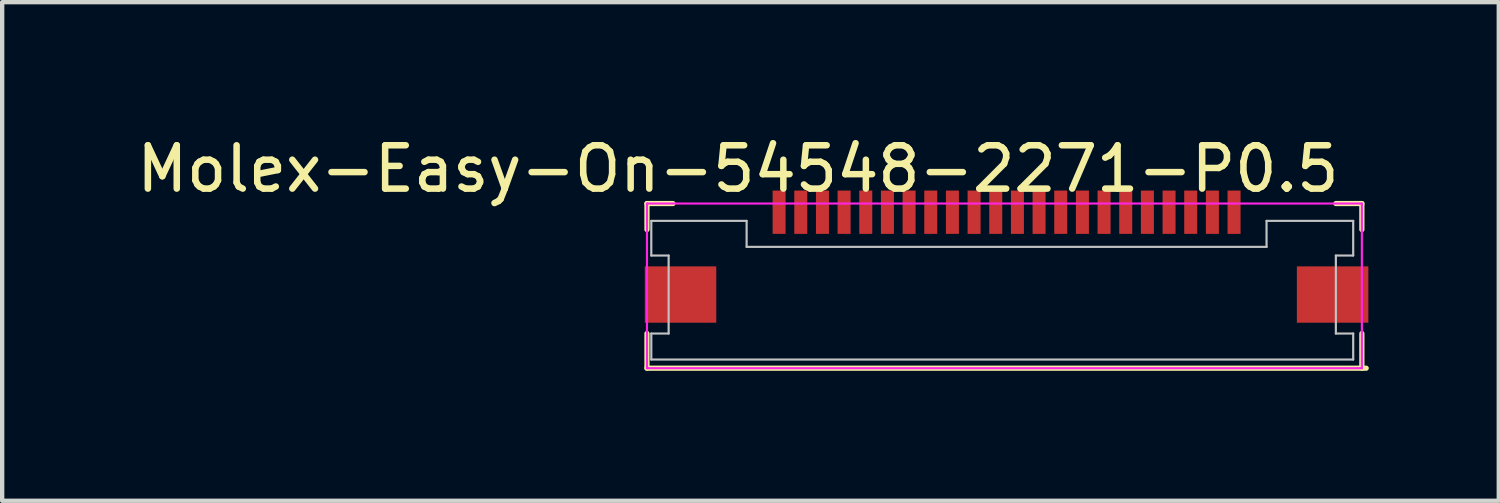
<source format=kicad_pcb>
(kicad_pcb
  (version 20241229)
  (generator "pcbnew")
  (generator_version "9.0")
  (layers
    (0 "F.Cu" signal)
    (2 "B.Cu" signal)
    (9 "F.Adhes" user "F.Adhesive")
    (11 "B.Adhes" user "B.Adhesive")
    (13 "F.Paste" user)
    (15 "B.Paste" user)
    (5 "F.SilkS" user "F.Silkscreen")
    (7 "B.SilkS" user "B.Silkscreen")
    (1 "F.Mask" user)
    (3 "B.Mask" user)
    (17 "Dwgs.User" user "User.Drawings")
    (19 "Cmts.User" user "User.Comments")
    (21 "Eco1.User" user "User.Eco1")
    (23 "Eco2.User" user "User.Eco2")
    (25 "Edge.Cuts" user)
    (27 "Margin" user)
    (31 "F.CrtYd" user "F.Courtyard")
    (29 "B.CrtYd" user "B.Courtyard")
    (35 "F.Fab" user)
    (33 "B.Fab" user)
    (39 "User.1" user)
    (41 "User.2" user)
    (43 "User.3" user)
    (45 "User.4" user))
  (footprint "Molex-Easy-On-54548-2271-P0.5"
    (layer "F.Cu")
    (at 20.182 1.848)
    (property "Reference" "Molex-Easy-On-54548-2271-P0.5" (at -6.2 -1 0) (layer "F.SilkS") (effects (font (size 1 1) (thickness 0.15))))
    (attr through_hole)
    (fp_line (start -8.3 -0.2) (end -8.3 0.4) (stroke (width 0.12) (type solid)) (layer "F.SilkS"))
    (fp_line (start -8.3 2.8) (end -8.3 3.6) (stroke (width 0.12) (type solid)) (layer "F.SilkS"))
    (fp_line (start -8.3 3.6) (end 8.3 3.6) (stroke (width 0.12) (type solid)) (layer "F.SilkS"))
    (fp_line (start -7.7 -0.2) (end -8.3 -0.2) (stroke (width 0.12) (type solid)) (layer "F.SilkS"))
    (fp_line (start 8.2 -0.2) (end 7.6 -0.2) (stroke (width 0.12) (type solid)) (layer "F.SilkS"))
    (fp_line (start 8.2 0.4) (end 8.2 -0.2) (stroke (width 0.12) (type solid)) (layer "F.SilkS"))
    (fp_line (start 8.2 3.6) (end 8.2 2.8) (stroke (width 0.12) (type solid)) (layer "F.SilkS"))
    (fp_line (start -8.2 0.2) (end -6 0.2) (stroke (width 0.05) (type solid)) (layer "Dwgs.User"))
    (fp_line (start -8.2 1) (end -8.2 0.2) (stroke (width 0.05) (type solid)) (layer "Dwgs.User"))
    (fp_line (start -8.2 2.8) (end -7.8 2.8) (stroke (width 0.05) (type solid)) (layer "Dwgs.User"))
    (fp_line (start -8.2 3.4) (end -8.2 2.8) (stroke (width 0.05) (type solid)) (layer "Dwgs.User"))
    (fp_line (start -7.8 1) (end -8.2 1) (stroke (width 0.05) (type solid)) (layer "Dwgs.User"))
    (fp_line (start -7.8 2.8) (end -7.8 1) (stroke (width 0.05) (type solid)) (layer "Dwgs.User"))
    (fp_line (start -6 0.2) (end -6 0.8) (stroke (width 0.05) (type solid)) (layer "Dwgs.User"))
    (fp_line (start -6 0.8) (end 6 0.8) (stroke (width 0.05) (type solid)) (layer "Dwgs.User"))
    (fp_line (start 6 0.2) (end 8 0.2) (stroke (width 0.05) (type solid)) (layer "Dwgs.User"))
    (fp_line (start 6 0.8) (end 6 0.2) (stroke (width 0.05) (type solid)) (layer "Dwgs.User"))
    (fp_line (start 7.6 1) (end 7.6 2.8) (stroke (width 0.05) (type solid)) (layer "Dwgs.User"))
    (fp_line (start 7.6 2.8) (end 8 2.8) (stroke (width 0.05) (type solid)) (layer "Dwgs.User"))
    (fp_line (start 8 0.2) (end 8 1) (stroke (width 0.05) (type solid)) (layer "Dwgs.User"))
    (fp_line (start 8 1) (end 7.6 1) (stroke (width 0.05) (type solid)) (layer "Dwgs.User"))
    (fp_line (start 8 2.8) (end 8 3.4) (stroke (width 0.05) (type solid)) (layer "Dwgs.User"))
    (fp_line (start 8 3.4) (end -8.2 3.4) (stroke (width 0.05) (type solid)) (layer "Dwgs.User"))
    (fp_line (start -8.3 -0.2) (end 8.2 -0.2) (stroke (width 0.05) (type solid)) (layer "F.CrtYd"))
    (fp_line (start -8.3 3.6) (end -8.3 -0.2) (stroke (width 0.05) (type solid)) (layer "F.CrtYd"))
    (fp_line (start 8.2 -0.2) (end 8.2 3.6) (stroke (width 0.05) (type solid)) (layer "F.CrtYd"))
    (fp_line (start 8.2 3.6) (end -8.3 3.6) (stroke (width 0.05) (type solid)) (layer "F.CrtYd"))
    (pad "1" smd rect (at -5.25 0) (size 0.3 1) (layers "F.Cu" "F.Mask" "F.Paste"))
    (pad "2" smd rect (at -4.75 0) (size 0.3 1) (layers "F.Cu" "F.Mask" "F.Paste"))
    (pad "3" smd rect (at -4.25 0) (size 0.3 1) (layers "F.Cu" "F.Mask" "F.Paste"))
    (pad "4" smd rect (at -3.75 0) (size 0.3 1) (layers "F.Cu" "F.Mask" "F.Paste"))
    (pad "5" smd rect (at -3.25 0) (size 0.3 1) (layers "F.Cu" "F.Mask" "F.Paste"))
    (pad "6" smd rect (at -2.75 0) (size 0.3 1) (layers "F.Cu" "F.Mask" "F.Paste"))
    (pad "7" smd rect (at -2.25 0) (size 0.3 1) (layers "F.Cu" "F.Mask" "F.Paste"))
    (pad "8" smd rect (at -1.75 0) (size 0.3 1) (layers "F.Cu" "F.Mask" "F.Paste"))
    (pad "9" smd rect (at -1.25 0) (size 0.3 1) (layers "F.Cu" "F.Mask" "F.Paste"))
    (pad "10" smd rect (at -0.75 0) (size 0.3 1) (layers "F.Cu" "F.Mask" "F.Paste"))
    (pad "11" smd rect (at -0.25 0) (size 0.3 1) (layers "F.Cu" "F.Mask" "F.Paste"))
    (pad "12" smd rect (at 0.25 0) (size 0.3 1) (layers "F.Cu" "F.Mask" "F.Paste"))
    (pad "13" smd rect (at 0.75 0) (size 0.3 1) (layers "F.Cu" "F.Mask" "F.Paste"))
    (pad "14" smd rect (at 1.25 0) (size 0.3 1) (layers "F.Cu" "F.Mask" "F.Paste"))
    (pad "15" smd rect (at 1.75 0) (size 0.3 1) (layers "F.Cu" "F.Mask" "F.Paste"))
    (pad "16" smd rect (at 2.25 0) (size 0.3 1) (layers "F.Cu" "F.Mask" "F.Paste"))
    (pad "17" smd rect (at 2.75 0) (size 0.3 1) (layers "F.Cu" "F.Mask" "F.Paste"))
    (pad "18" smd rect (at 3.25 0) (size 0.3 1) (layers "F.Cu" "F.Mask" "F.Paste"))
    (pad "19" smd rect (at 3.75 0) (size 0.3 1) (layers "F.Cu" "F.Mask" "F.Paste"))
    (pad "20" smd rect (at 4.25 0) (size 0.3 1) (layers "F.Cu" "F.Mask" "F.Paste"))
    (pad "21" smd rect (at 4.75 0) (size 0.3 1) (layers "F.Cu" "F.Mask" "F.Paste"))
    (pad "22" smd rect (at 5.25 0) (size 0.3 1) (layers "F.Cu" "F.Mask" "F.Paste"))
    (pad "MP" smd rect (at -7.525 1.9) (size 1.65 1.3) (layers "F.Cu" "F.Mask" "F.Paste"))
    (pad "MP" smd rect (at 7.525 1.9) (size 1.65 1.3) (layers "F.Cu" "F.Mask" "F.Paste")))
  (gr_rect
    (start -3 -3)
    (end 31.542 8.508)
    (stroke (width 0.1) (type default))
    (fill no)
    (layer "Edge.Cuts")))
</source>
